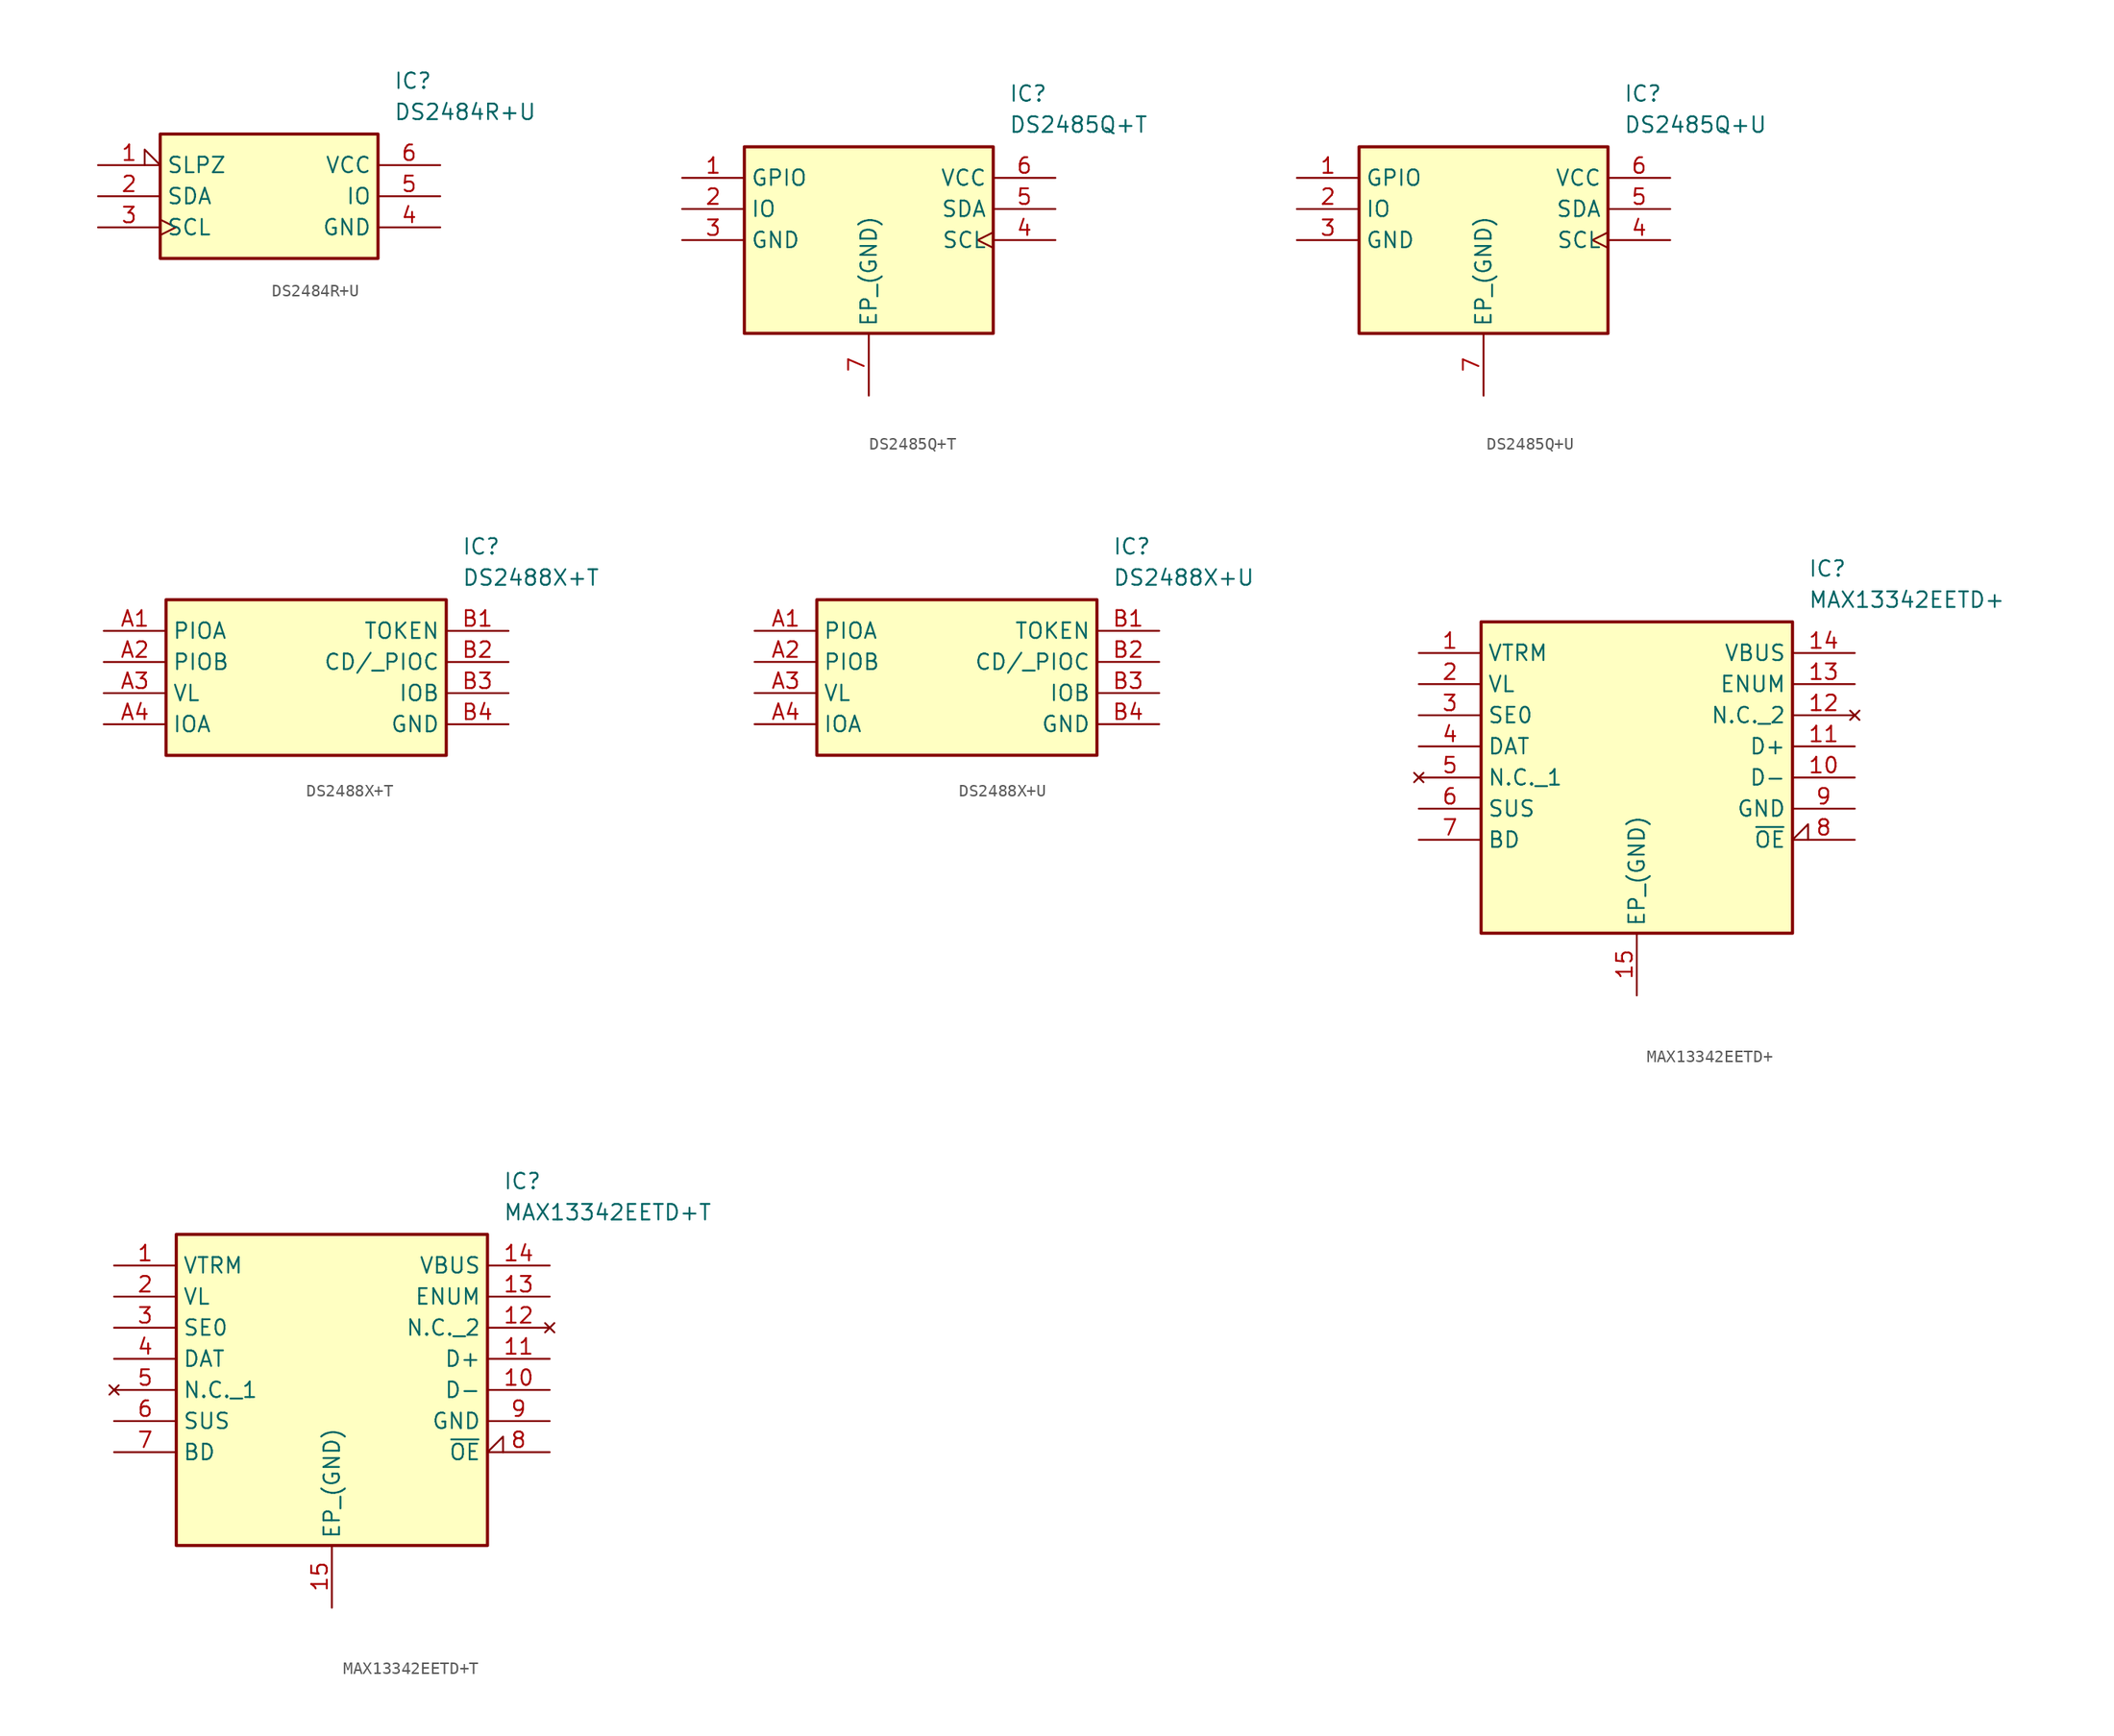
<source format=kicad_sym>
(kicad_symbol_lib
  (version 20241209)
  (generator "kicad_symbol_editor")
  (generator_version "9.0")
  (symbol "DS2484R+U"
    (property "Reference" "IC"
      (at 24.13 7.62 0)
      (effects (font (size 1.27 1.27)) (justify left top)))
    (property "Value" "DS2484R+U"
      (at 24.13 5.08 0)
      (effects (font (size 1.27 1.27)) (justify left top)))
    (symbol "DS2484R+U_1_1"
      (rectangle (start 5.08 2.54) (end 22.86 -7.62) (stroke (width 0.254) (type default)) (fill (type background)))
      (pin open_collector input_low (at 0 0 0) (length 5.08) (name "SLPZ" (effects (font (size 1.27 1.27)))) (number "1" (effects (font (size 1.27 1.27)))))
      (pin open_collector line (at 0 -2.54 0) (length 5.08) (name "SDA" (effects (font (size 1.27 1.27)))) (number "2" (effects (font (size 1.27 1.27)))))
      (pin open_collector clock (at 0 -5.08 0) (length 5.08) (name "SCL" (effects (font (size 1.27 1.27)))) (number "3" (effects (font (size 1.27 1.27)))))
      (pin power_in line (at 27.94 0 180) (length 5.08) (name "VCC" (effects (font (size 1.27 1.27)))) (number "6" (effects (font (size 1.27 1.27)))))
      (pin open_collector line (at 27.94 -2.54 180) (length 5.08) (name "IO" (effects (font (size 1.27 1.27)))) (number "5" (effects (font (size 1.27 1.27)))))
      (pin power_in line (at 27.94 -5.08 180) (length 5.08) (name "GND" (effects (font (size 1.27 1.27)))) (number "4" (effects (font (size 1.27 1.27)))))))
  (symbol "DS2485Q+T"
    (property "Reference" "IC"
      (at 26.67 7.62 0)
      (effects (font (size 1.27 1.27)) (justify left top)))
    (property "Value" "DS2485Q+T"
      (at 26.67 5.08 0)
      (effects (font (size 1.27 1.27)) (justify left top)))
    (symbol "DS2485Q+T_1_1"
      (rectangle (start 5.08 2.54) (end 25.4 -12.7) (stroke (width 0.254) (type default)) (fill (type background)))
      (pin open_collector line (at 0 0 0) (length 5.08) (name "GPIO" (effects (font (size 1.27 1.27)))) (number "1" (effects (font (size 1.27 1.27)))))
      (pin bidirectional line (at 0 -2.54 0) (length 5.08) (name "IO" (effects (font (size 1.27 1.27)))) (number "2" (effects (font (size 1.27 1.27)))))
      (pin power_in line (at 0 -5.08 0) (length 5.08) (name "GND" (effects (font (size 1.27 1.27)))) (number "3" (effects (font (size 1.27 1.27)))))
      (pin power_in line (at 15.24 -17.78 90) (length 5.08) (name "EP_(GND)" (effects (font (size 1.27 1.27)))) (number "7" (effects (font (size 1.27 1.27)))))
      (pin power_in line (at 30.48 0 180) (length 5.08) (name "VCC" (effects (font (size 1.27 1.27)))) (number "6" (effects (font (size 1.27 1.27)))))
      (pin open_collector line (at 30.48 -2.54 180) (length 5.08) (name "SDA" (effects (font (size 1.27 1.27)))) (number "5" (effects (font (size 1.27 1.27)))))
      (pin open_collector clock (at 30.48 -5.08 180) (length 5.08) (name "SCL" (effects (font (size 1.27 1.27)))) (number "4" (effects (font (size 1.27 1.27)))))))
  (symbol "DS2485Q+U"
    (property "Reference" "IC"
      (at 26.67 7.62 0)
      (effects (font (size 1.27 1.27)) (justify left top)))
    (property "Value" "DS2485Q+U"
      (at 26.67 5.08 0)
      (effects (font (size 1.27 1.27)) (justify left top)))
    (symbol "DS2485Q+U_1_1"
      (rectangle (start 5.08 2.54) (end 25.4 -12.7) (stroke (width 0.254) (type default)) (fill (type background)))
      (pin open_collector line (at 0 0 0) (length 5.08) (name "GPIO" (effects (font (size 1.27 1.27)))) (number "1" (effects (font (size 1.27 1.27)))))
      (pin bidirectional line (at 0 -2.54 0) (length 5.08) (name "IO" (effects (font (size 1.27 1.27)))) (number "2" (effects (font (size 1.27 1.27)))))
      (pin power_in line (at 0 -5.08 0) (length 5.08) (name "GND" (effects (font (size 1.27 1.27)))) (number "3" (effects (font (size 1.27 1.27)))))
      (pin power_in line (at 15.24 -17.78 90) (length 5.08) (name "EP_(GND)" (effects (font (size 1.27 1.27)))) (number "7" (effects (font (size 1.27 1.27)))))
      (pin power_in line (at 30.48 0 180) (length 5.08) (name "VCC" (effects (font (size 1.27 1.27)))) (number "6" (effects (font (size 1.27 1.27)))))
      (pin open_collector line (at 30.48 -2.54 180) (length 5.08) (name "SDA" (effects (font (size 1.27 1.27)))) (number "5" (effects (font (size 1.27 1.27)))))
      (pin open_collector clock (at 30.48 -5.08 180) (length 5.08) (name "SCL" (effects (font (size 1.27 1.27)))) (number "4" (effects (font (size 1.27 1.27)))))))
  (symbol "DS2488X+T"
    (property "Reference" "IC"
      (at 29.21 7.62 0)
      (effects (font (size 1.27 1.27)) (justify left top)))
    (property "Value" "DS2488X+T"
      (at 29.21 5.08 0)
      (effects (font (size 1.27 1.27)) (justify left top)))
    (symbol "DS2488X+T_1_1"
      (rectangle (start 5.08 2.54) (end 27.94 -10.16) (stroke (width 0.254) (type default)) (fill (type background)))
      (pin open_collector line (at 0 0 0) (length 5.08) (name "PIOA" (effects (font (size 1.27 1.27)))) (number "A1" (effects (font (size 1.27 1.27)))))
      (pin open_collector line (at 0 -2.54 0) (length 5.08) (name "PIOB" (effects (font (size 1.27 1.27)))) (number "A2" (effects (font (size 1.27 1.27)))))
      (pin power_in line (at 0 -5.08 0) (length 5.08) (name "VL" (effects (font (size 1.27 1.27)))) (number "A3" (effects (font (size 1.27 1.27)))))
      (pin open_collector line (at 0 -7.62 0) (length 5.08) (name "IOA" (effects (font (size 1.27 1.27)))) (number "A4" (effects (font (size 1.27 1.27)))))
      (pin open_collector line (at 33.02 0 180) (length 5.08) (name "TOKEN" (effects (font (size 1.27 1.27)))) (number "B1" (effects (font (size 1.27 1.27)))))
      (pin open_collector line (at 33.02 -2.54 180) (length 5.08) (name "CD/_PIOC" (effects (font (size 1.27 1.27)))) (number "B2" (effects (font (size 1.27 1.27)))))
      (pin open_collector line (at 33.02 -5.08 180) (length 5.08) (name "IOB" (effects (font (size 1.27 1.27)))) (number "B3" (effects (font (size 1.27 1.27)))))
      (pin power_in line (at 33.02 -7.62 180) (length 5.08) (name "GND" (effects (font (size 1.27 1.27)))) (number "B4" (effects (font (size 1.27 1.27)))))))
  (symbol "DS2488X+U"
    (property "Reference" "IC"
      (at 29.21 7.62 0)
      (effects (font (size 1.27 1.27)) (justify left top)))
    (property "Value" "DS2488X+U"
      (at 29.21 5.08 0)
      (effects (font (size 1.27 1.27)) (justify left top)))
    (symbol "DS2488X+U_1_1"
      (rectangle (start 5.08 2.54) (end 27.94 -10.16) (stroke (width 0.254) (type default)) (fill (type background)))
      (pin open_collector line (at 0 0 0) (length 5.08) (name "PIOA" (effects (font (size 1.27 1.27)))) (number "A1" (effects (font (size 1.27 1.27)))))
      (pin open_collector line (at 0 -2.54 0) (length 5.08) (name "PIOB" (effects (font (size 1.27 1.27)))) (number "A2" (effects (font (size 1.27 1.27)))))
      (pin power_in line (at 0 -5.08 0) (length 5.08) (name "VL" (effects (font (size 1.27 1.27)))) (number "A3" (effects (font (size 1.27 1.27)))))
      (pin open_collector line (at 0 -7.62 0) (length 5.08) (name "IOA" (effects (font (size 1.27 1.27)))) (number "A4" (effects (font (size 1.27 1.27)))))
      (pin open_collector line (at 33.02 0 180) (length 5.08) (name "TOKEN" (effects (font (size 1.27 1.27)))) (number "B1" (effects (font (size 1.27 1.27)))))
      (pin open_collector line (at 33.02 -2.54 180) (length 5.08) (name "CD/_PIOC" (effects (font (size 1.27 1.27)))) (number "B2" (effects (font (size 1.27 1.27)))))
      (pin open_collector line (at 33.02 -5.08 180) (length 5.08) (name "IOB" (effects (font (size 1.27 1.27)))) (number "B3" (effects (font (size 1.27 1.27)))))
      (pin power_in line (at 33.02 -7.62 180) (length 5.08) (name "GND" (effects (font (size 1.27 1.27)))) (number "B4" (effects (font (size 1.27 1.27)))))))
  (symbol "MAX13342EETD+"
    (property "Reference" "IC"
      (at 31.75 7.62 0)
      (effects (font (size 1.27 1.27)) (justify left top)))
    (property "Value" "MAX13342EETD+"
      (at 31.75 5.08 0)
      (effects (font (size 1.27 1.27)) (justify left top)))
    (symbol "MAX13342EETD+_1_1"
      (rectangle (start 5.08 2.54) (end 30.48 -22.86) (stroke (width 0.254) (type default)) (fill (type background)))
      (pin power_out line (at 0 0 0) (length 5.08) (name "VTRM" (effects (font (size 1.27 1.27)))) (number "1" (effects (font (size 1.27 1.27)))))
      (pin power_in line (at 0 -2.54 0) (length 5.08) (name "VL" (effects (font (size 1.27 1.27)))) (number "2" (effects (font (size 1.27 1.27)))))
      (pin input line (at 0 -5.08 0) (length 5.08) (name "SE0" (effects (font (size 1.27 1.27)))) (number "3" (effects (font (size 1.27 1.27)))))
      (pin bidirectional line (at 0 -7.62 0) (length 5.08) (name "DAT" (effects (font (size 1.27 1.27)))) (number "4" (effects (font (size 1.27 1.27)))))
      (pin no_connect line (at 0 -10.16 0) (length 5.08) (name "N.C._1" (effects (font (size 1.27 1.27)))) (number "5" (effects (font (size 1.27 1.27)))))
      (pin input line (at 0 -12.7 0) (length 5.08) (name "SUS" (effects (font (size 1.27 1.27)))) (number "6" (effects (font (size 1.27 1.27)))))
      (pin output line (at 0 -15.24 0) (length 5.08) (name "BD" (effects (font (size 1.27 1.27)))) (number "7" (effects (font (size 1.27 1.27)))))
      (pin passive line (at 17.78 -27.94 90) (length 5.08) (name "EP_(GND)" (effects (font (size 1.27 1.27)))) (number "15" (effects (font (size 1.27 1.27)))))
      (pin power_in line (at 35.56 0 180) (length 5.08) (name "VBUS" (effects (font (size 1.27 1.27)))) (number "14" (effects (font (size 1.27 1.27)))))
      (pin input line (at 35.56 -2.54 180) (length 5.08) (name "ENUM" (effects (font (size 1.27 1.27)))) (number "13" (effects (font (size 1.27 1.27)))))
      (pin no_connect line (at 35.56 -5.08 180) (length 5.08) (name "N.C._2" (effects (font (size 1.27 1.27)))) (number "12" (effects (font (size 1.27 1.27)))))
      (pin bidirectional line (at 35.56 -7.62 180) (length 5.08) (name "D+" (effects (font (size 1.27 1.27)))) (number "11" (effects (font (size 1.27 1.27)))))
      (pin bidirectional line (at 35.56 -10.16 180) (length 5.08) (name "D-" (effects (font (size 1.27 1.27)))) (number "10" (effects (font (size 1.27 1.27)))))
      (pin power_in line (at 35.56 -12.7 180) (length 5.08) (name "GND" (effects (font (size 1.27 1.27)))) (number "9" (effects (font (size 1.27 1.27)))))
      (pin input input_low (at 35.56 -15.24 180) (length 5.08) (name "~{OE}" (effects (font (size 1.27 1.27)))) (number "8" (effects (font (size 1.27 1.27)))))))
  (symbol "MAX13342EETD+T"
    (property "Reference" "IC"
      (at 31.75 7.62 0)
      (effects (font (size 1.27 1.27)) (justify left top)))
    (property "Value" "MAX13342EETD+T"
      (at 31.75 5.08 0)
      (effects (font (size 1.27 1.27)) (justify left top)))
    (symbol "MAX13342EETD+T_1_1"
      (rectangle (start 5.08 2.54) (end 30.48 -22.86) (stroke (width 0.254) (type default)) (fill (type background)))
      (pin power_out line (at 0 0 0) (length 5.08) (name "VTRM" (effects (font (size 1.27 1.27)))) (number "1" (effects (font (size 1.27 1.27)))))
      (pin power_in line (at 0 -2.54 0) (length 5.08) (name "VL" (effects (font (size 1.27 1.27)))) (number "2" (effects (font (size 1.27 1.27)))))
      (pin input line (at 0 -5.08 0) (length 5.08) (name "SE0" (effects (font (size 1.27 1.27)))) (number "3" (effects (font (size 1.27 1.27)))))
      (pin bidirectional line (at 0 -7.62 0) (length 5.08) (name "DAT" (effects (font (size 1.27 1.27)))) (number "4" (effects (font (size 1.27 1.27)))))
      (pin no_connect line (at 0 -10.16 0) (length 5.08) (name "N.C._1" (effects (font (size 1.27 1.27)))) (number "5" (effects (font (size 1.27 1.27)))))
      (pin input line (at 0 -12.7 0) (length 5.08) (name "SUS" (effects (font (size 1.27 1.27)))) (number "6" (effects (font (size 1.27 1.27)))))
      (pin output line (at 0 -15.24 0) (length 5.08) (name "BD" (effects (font (size 1.27 1.27)))) (number "7" (effects (font (size 1.27 1.27)))))
      (pin passive line (at 17.78 -27.94 90) (length 5.08) (name "EP_(GND)" (effects (font (size 1.27 1.27)))) (number "15" (effects (font (size 1.27 1.27)))))
      (pin power_in line (at 35.56 0 180) (length 5.08) (name "VBUS" (effects (font (size 1.27 1.27)))) (number "14" (effects (font (size 1.27 1.27)))))
      (pin input line (at 35.56 -2.54 180) (length 5.08) (name "ENUM" (effects (font (size 1.27 1.27)))) (number "13" (effects (font (size 1.27 1.27)))))
      (pin no_connect line (at 35.56 -5.08 180) (length 5.08) (name "N.C._2" (effects (font (size 1.27 1.27)))) (number "12" (effects (font (size 1.27 1.27)))))
      (pin bidirectional line (at 35.56 -7.62 180) (length 5.08) (name "D+" (effects (font (size 1.27 1.27)))) (number "11" (effects (font (size 1.27 1.27)))))
      (pin bidirectional line (at 35.56 -10.16 180) (length 5.08) (name "D-" (effects (font (size 1.27 1.27)))) (number "10" (effects (font (size 1.27 1.27)))))
      (pin power_in line (at 35.56 -12.7 180) (length 5.08) (name "GND" (effects (font (size 1.27 1.27)))) (number "9" (effects (font (size 1.27 1.27)))))
      (pin input input_low (at 35.56 -15.24 180) (length 5.08) (name "~{OE}" (effects (font (size 1.27 1.27)))) (number "8" (effects (font (size 1.27 1.27))))))))
</source>
